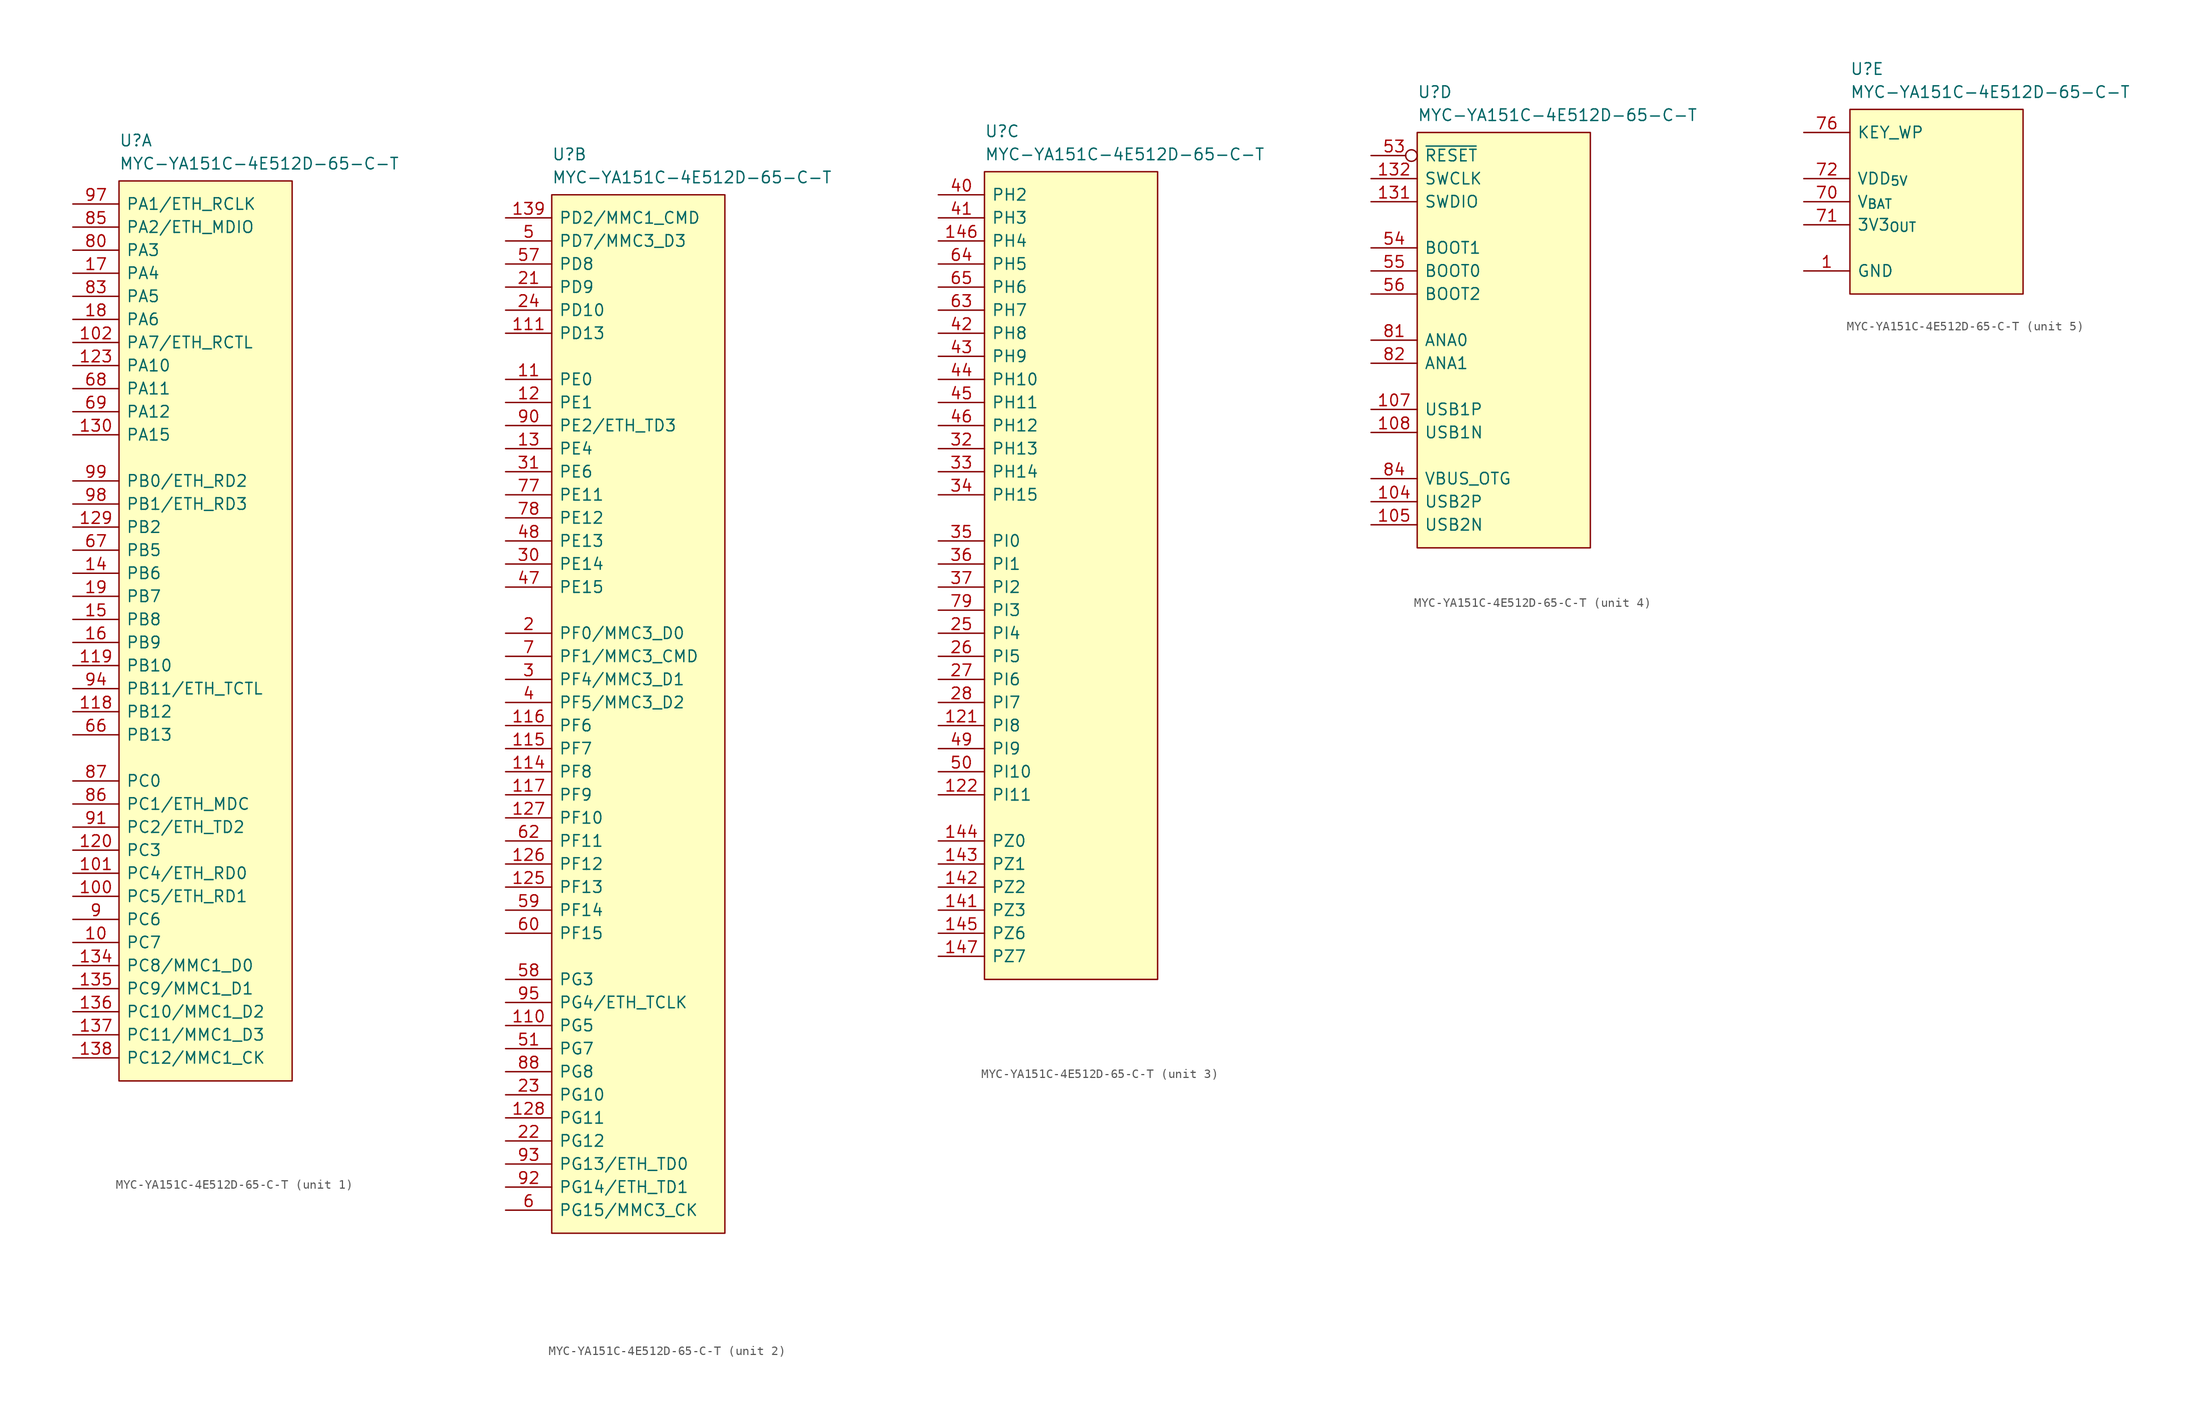
<source format=kicad_sym>
(kicad_symbol_lib
  (version 20220914)
  (generator kicad_symbol_editor)
  (symbol "MYC-YA151C-4E512D-65-C-T"
    (pin_names
      (offset 0.762))
    (property "Reference" "U"
      (at 0 4.445 0)
      (effects (font (size 1.27 1.27)) (justify left)))
    (property "Value" "MYC-YA151C-4E512D-65-C-T"
      (at 0 1.905 0)
      (effects (font (size 1.27 1.27)) (justify left)))
    (property "ki_locked" ""
      (at 0 0 0)
      (effects (font (size 1.27 1.27))))
    (symbol "MYC-YA151C-4E512D-65-C-T_1_1"
      (rectangle (start 0 0) (end 19.05 -99.06) (stroke (width 0) (type default)) (fill (type background)))
      (pin passive line (at -5.08 -83.82 0) (length 5.08) (name "PC7" (effects (font (size 1.27 1.27)))) (number "10" (effects (font (size 1.27 1.27)))))
      (pin passive line (at -5.08 -78.74 0) (length 5.08) (name "PC5/ETH_RD1" (effects (font (size 1.27 1.27)))) (number "100" (effects (font (size 1.27 1.27)))))
      (pin passive line (at -5.08 -76.2 0) (length 5.08) (name "PC4/ETH_RD0" (effects (font (size 1.27 1.27)))) (number "101" (effects (font (size 1.27 1.27)))))
      (pin passive line (at -5.08 -17.78 0) (length 5.08) (name "PA7/ETH_RCTL" (effects (font (size 1.27 1.27)))) (number "102" (effects (font (size 1.27 1.27)))))
      (pin passive line (at -5.08 -58.42 0) (length 5.08) (name "PB12" (effects (font (size 1.27 1.27)))) (number "118" (effects (font (size 1.27 1.27)))))
      (pin passive line (at -5.08 -53.34 0) (length 5.08) (name "PB10" (effects (font (size 1.27 1.27)))) (number "119" (effects (font (size 1.27 1.27)))))
      (pin passive line (at -5.08 -73.66 0) (length 5.08) (name "PC3" (effects (font (size 1.27 1.27)))) (number "120" (effects (font (size 1.27 1.27)))))
      (pin passive line (at -5.08 -20.32 0) (length 5.08) (name "PA10" (effects (font (size 1.27 1.27)))) (number "123" (effects (font (size 1.27 1.27)))))
      (pin passive line (at -5.08 -38.1 0) (length 5.08) (name "PB2" (effects (font (size 1.27 1.27)))) (number "129" (effects (font (size 1.27 1.27)))))
      (pin passive line (at -5.08 -27.94 0) (length 5.08) (name "PA15" (effects (font (size 1.27 1.27)))) (number "130" (effects (font (size 1.27 1.27)))))
      (pin passive line (at -5.08 -86.36 0) (length 5.08) (name "PC8/MMC1_D0" (effects (font (size 1.27 1.27)))) (number "134" (effects (font (size 1.27 1.27)))))
      (pin passive line (at -5.08 -88.9 0) (length 5.08) (name "PC9/MMC1_D1" (effects (font (size 1.27 1.27)))) (number "135" (effects (font (size 1.27 1.27)))))
      (pin passive line (at -5.08 -91.44 0) (length 5.08) (name "PC10/MMC1_D2" (effects (font (size 1.27 1.27)))) (number "136" (effects (font (size 1.27 1.27)))))
      (pin passive line (at -5.08 -93.98 0) (length 5.08) (name "PC11/MMC1_D3" (effects (font (size 1.27 1.27)))) (number "137" (effects (font (size 1.27 1.27)))))
      (pin passive line (at -5.08 -96.52 0) (length 5.08) (name "PC12/MMC1_CK" (effects (font (size 1.27 1.27)))) (number "138" (effects (font (size 1.27 1.27)))))
      (pin passive line (at -5.08 -43.18 0) (length 5.08) (name "PB6" (effects (font (size 1.27 1.27)))) (number "14" (effects (font (size 1.27 1.27)))))
      (pin passive line (at -5.08 -48.26 0) (length 5.08) (name "PB8" (effects (font (size 1.27 1.27)))) (number "15" (effects (font (size 1.27 1.27)))))
      (pin passive line (at -5.08 -50.8 0) (length 5.08) (name "PB9" (effects (font (size 1.27 1.27)))) (number "16" (effects (font (size 1.27 1.27)))))
      (pin passive line (at -5.08 -10.16 0) (length 5.08) (name "PA4" (effects (font (size 1.27 1.27)))) (number "17" (effects (font (size 1.27 1.27)))))
      (pin passive line (at -5.08 -15.24 0) (length 5.08) (name "PA6" (effects (font (size 1.27 1.27)))) (number "18" (effects (font (size 1.27 1.27)))))
      (pin passive line (at -5.08 -45.72 0) (length 5.08) (name "PB7" (effects (font (size 1.27 1.27)))) (number "19" (effects (font (size 1.27 1.27)))))
      (pin passive line (at -5.08 -60.96 0) (length 5.08) (name "PB13" (effects (font (size 1.27 1.27)))) (number "66" (effects (font (size 1.27 1.27)))))
      (pin passive line (at -5.08 -40.64 0) (length 5.08) (name "PB5" (effects (font (size 1.27 1.27)))) (number "67" (effects (font (size 1.27 1.27)))))
      (pin passive line (at -5.08 -22.86 0) (length 5.08) (name "PA11" (effects (font (size 1.27 1.27)))) (number "68" (effects (font (size 1.27 1.27)))))
      (pin passive line (at -5.08 -25.4 0) (length 5.08) (name "PA12" (effects (font (size 1.27 1.27)))) (number "69" (effects (font (size 1.27 1.27)))))
      (pin passive line (at -5.08 -7.62 0) (length 5.08) (name "PA3" (effects (font (size 1.27 1.27)))) (number "80" (effects (font (size 1.27 1.27)))))
      (pin passive line (at -5.08 -12.7 0) (length 5.08) (name "PA5" (effects (font (size 1.27 1.27)))) (number "83" (effects (font (size 1.27 1.27)))))
      (pin passive line (at -5.08 -5.08 0) (length 5.08) (name "PA2/ETH_MDIO" (effects (font (size 1.27 1.27)))) (number "85" (effects (font (size 1.27 1.27)))))
      (pin passive line (at -5.08 -68.58 0) (length 5.08) (name "PC1/ETH_MDC" (effects (font (size 1.27 1.27)))) (number "86" (effects (font (size 1.27 1.27)))))
      (pin passive line (at -5.08 -66.04 0) (length 5.08) (name "PC0" (effects (font (size 1.27 1.27)))) (number "87" (effects (font (size 1.27 1.27)))))
      (pin passive line (at -5.08 -81.28 0) (length 5.08) (name "PC6" (effects (font (size 1.27 1.27)))) (number "9" (effects (font (size 1.27 1.27)))))
      (pin passive line (at -5.08 -71.12 0) (length 5.08) (name "PC2/ETH_TD2" (effects (font (size 1.27 1.27)))) (number "91" (effects (font (size 1.27 1.27)))))
      (pin passive line (at -5.08 -55.88 0) (length 5.08) (name "PB11/ETH_TCTL" (effects (font (size 1.27 1.27)))) (number "94" (effects (font (size 1.27 1.27)))))
      (pin passive line (at -5.08 -2.54 0) (length 5.08) (name "PA1/ETH_RCLK" (effects (font (size 1.27 1.27)))) (number "97" (effects (font (size 1.27 1.27)))))
      (pin passive line (at -5.08 -35.56 0) (length 5.08) (name "PB1/ETH_RD3" (effects (font (size 1.27 1.27)))) (number "98" (effects (font (size 1.27 1.27)))))
      (pin passive line (at -5.08 -33.02 0) (length 5.08) (name "PB0/ETH_RD2" (effects (font (size 1.27 1.27)))) (number "99" (effects (font (size 1.27 1.27))))))
    (symbol "MYC-YA151C-4E512D-65-C-T_2_1"
      (rectangle (start 0 0) (end 19.05 -114.3) (stroke (width 0) (type default)) (fill (type background)))
      (pin passive line (at -5.08 -20.32 0) (length 5.08) (name "PE0" (effects (font (size 1.27 1.27)))) (number "11" (effects (font (size 1.27 1.27)))))
      (pin passive line (at -5.08 -91.44 0) (length 5.08) (name "PG5" (effects (font (size 1.27 1.27)))) (number "110" (effects (font (size 1.27 1.27)))))
      (pin passive line (at -5.08 -15.24 0) (length 5.08) (name "PD13" (effects (font (size 1.27 1.27)))) (number "111" (effects (font (size 1.27 1.27)))))
      (pin passive line (at -5.08 -63.5 0) (length 5.08) (name "PF8" (effects (font (size 1.27 1.27)))) (number "114" (effects (font (size 1.27 1.27)))))
      (pin passive line (at -5.08 -60.96 0) (length 5.08) (name "PF7" (effects (font (size 1.27 1.27)))) (number "115" (effects (font (size 1.27 1.27)))))
      (pin passive line (at -5.08 -58.42 0) (length 5.08) (name "PF6" (effects (font (size 1.27 1.27)))) (number "116" (effects (font (size 1.27 1.27)))))
      (pin passive line (at -5.08 -66.04 0) (length 5.08) (name "PF9" (effects (font (size 1.27 1.27)))) (number "117" (effects (font (size 1.27 1.27)))))
      (pin passive line (at -5.08 -22.86 0) (length 5.08) (name "PE1" (effects (font (size 1.27 1.27)))) (number "12" (effects (font (size 1.27 1.27)))))
      (pin passive line (at -5.08 -76.2 0) (length 5.08) (name "PF13" (effects (font (size 1.27 1.27)))) (number "125" (effects (font (size 1.27 1.27)))))
      (pin passive line (at -5.08 -73.66 0) (length 5.08) (name "PF12" (effects (font (size 1.27 1.27)))) (number "126" (effects (font (size 1.27 1.27)))))
      (pin passive line (at -5.08 -68.58 0) (length 5.08) (name "PF10" (effects (font (size 1.27 1.27)))) (number "127" (effects (font (size 1.27 1.27)))))
      (pin passive line (at -5.08 -101.6 0) (length 5.08) (name "PG11" (effects (font (size 1.27 1.27)))) (number "128" (effects (font (size 1.27 1.27)))))
      (pin passive line (at -5.08 -27.94 0) (length 5.08) (name "PE4" (effects (font (size 1.27 1.27)))) (number "13" (effects (font (size 1.27 1.27)))))
      (pin passive line (at -5.08 -2.54 0) (length 5.08) (name "PD2/MMC1_CMD" (effects (font (size 1.27 1.27)))) (number "139" (effects (font (size 1.27 1.27)))))
      (pin bidirectional line (at -5.08 -48.26 0) (length 5.08) (name "PF0/MMC3_D0" (effects (font (size 1.27 1.27)))) (number "2" (effects (font (size 1.27 1.27)))))
      (pin passive line (at -5.08 -10.16 0) (length 5.08) (name "PD9" (effects (font (size 1.27 1.27)))) (number "21" (effects (font (size 1.27 1.27)))))
      (pin passive line (at -5.08 -104.14 0) (length 5.08) (name "PG12" (effects (font (size 1.27 1.27)))) (number "22" (effects (font (size 1.27 1.27)))))
      (pin passive line (at -5.08 -99.06 0) (length 5.08) (name "PG10" (effects (font (size 1.27 1.27)))) (number "23" (effects (font (size 1.27 1.27)))))
      (pin passive line (at -5.08 -12.7 0) (length 5.08) (name "PD10" (effects (font (size 1.27 1.27)))) (number "24" (effects (font (size 1.27 1.27)))))
      (pin bidirectional line (at -5.08 -53.34 0) (length 5.08) (name "PF4/MMC3_D1" (effects (font (size 1.27 1.27)))) (number "3" (effects (font (size 1.27 1.27)))))
      (pin passive line (at -5.08 -40.64 0) (length 5.08) (name "PE14" (effects (font (size 1.27 1.27)))) (number "30" (effects (font (size 1.27 1.27)))))
      (pin passive line (at -5.08 -30.48 0) (length 5.08) (name "PE6" (effects (font (size 1.27 1.27)))) (number "31" (effects (font (size 1.27 1.27)))))
      (pin bidirectional line (at -5.08 -55.88 0) (length 5.08) (name "PF5/MMC3_D2" (effects (font (size 1.27 1.27)))) (number "4" (effects (font (size 1.27 1.27)))))
      (pin passive line (at -5.08 -43.18 0) (length 5.08) (name "PE15" (effects (font (size 1.27 1.27)))) (number "47" (effects (font (size 1.27 1.27)))))
      (pin passive line (at -5.08 -38.1 0) (length 5.08) (name "PE13" (effects (font (size 1.27 1.27)))) (number "48" (effects (font (size 1.27 1.27)))))
      (pin bidirectional line (at -5.08 -5.08 0) (length 5.08) (name "PD7/MMC3_D3" (effects (font (size 1.27 1.27)))) (number "5" (effects (font (size 1.27 1.27)))))
      (pin passive line (at -5.08 -93.98 0) (length 5.08) (name "PG7" (effects (font (size 1.27 1.27)))) (number "51" (effects (font (size 1.27 1.27)))))
      (pin passive line (at -5.08 -7.62 0) (length 5.08) (name "PD8" (effects (font (size 1.27 1.27)))) (number "57" (effects (font (size 1.27 1.27)))))
      (pin passive line (at -5.08 -86.36 0) (length 5.08) (name "PG3" (effects (font (size 1.27 1.27)))) (number "58" (effects (font (size 1.27 1.27)))))
      (pin passive line (at -5.08 -78.74 0) (length 5.08) (name "PF14" (effects (font (size 1.27 1.27)))) (number "59" (effects (font (size 1.27 1.27)))))
      (pin bidirectional line (at -5.08 -111.76 0) (length 5.08) (name "PG15/MMC3_CK" (effects (font (size 1.27 1.27)))) (number "6" (effects (font (size 1.27 1.27)))))
      (pin passive line (at -5.08 -81.28 0) (length 5.08) (name "PF15" (effects (font (size 1.27 1.27)))) (number "60" (effects (font (size 1.27 1.27)))))
      (pin passive line (at -5.08 -71.12 0) (length 5.08) (name "PF11" (effects (font (size 1.27 1.27)))) (number "62" (effects (font (size 1.27 1.27)))))
      (pin bidirectional line (at -5.08 -50.8 0) (length 5.08) (name "PF1/MMC3_CMD" (effects (font (size 1.27 1.27)))) (number "7" (effects (font (size 1.27 1.27)))))
      (pin passive line (at -5.08 -33.02 0) (length 5.08) (name "PE11" (effects (font (size 1.27 1.27)))) (number "77" (effects (font (size 1.27 1.27)))))
      (pin passive line (at -5.08 -35.56 0) (length 5.08) (name "PE12" (effects (font (size 1.27 1.27)))) (number "78" (effects (font (size 1.27 1.27)))))
      (pin passive line (at -5.08 -96.52 0) (length 5.08) (name "PG8" (effects (font (size 1.27 1.27)))) (number "88" (effects (font (size 1.27 1.27)))))
      (pin passive line (at -5.08 -25.4 0) (length 5.08) (name "PE2/ETH_TD3" (effects (font (size 1.27 1.27)))) (number "90" (effects (font (size 1.27 1.27)))))
      (pin passive line (at -5.08 -109.22 0) (length 5.08) (name "PG14/ETH_TD1" (effects (font (size 1.27 1.27)))) (number "92" (effects (font (size 1.27 1.27)))))
      (pin passive line (at -5.08 -106.68 0) (length 5.08) (name "PG13/ETH_TD0" (effects (font (size 1.27 1.27)))) (number "93" (effects (font (size 1.27 1.27)))))
      (pin passive line (at -5.08 -88.9 0) (length 5.08) (name "PG4/ETH_TCLK" (effects (font (size 1.27 1.27)))) (number "95" (effects (font (size 1.27 1.27))))))
    (symbol "MYC-YA151C-4E512D-65-C-T_3_1"
      (rectangle (start 0 0) (end 19.05 -88.9) (stroke (width 0) (type default)) (fill (type background)))
      (pin passive line (at -5.08 -60.96 0) (length 5.08) (name "PI8" (effects (font (size 1.27 1.27)))) (number "121" (effects (font (size 1.27 1.27)))))
      (pin passive line (at -5.08 -68.58 0) (length 5.08) (name "PI11" (effects (font (size 1.27 1.27)))) (number "122" (effects (font (size 1.27 1.27)))))
      (pin passive line (at -5.08 -81.28 0) (length 5.08) (name "PZ3" (effects (font (size 1.27 1.27)))) (number "141" (effects (font (size 1.27 1.27)))))
      (pin passive line (at -5.08 -78.74 0) (length 5.08) (name "PZ2" (effects (font (size 1.27 1.27)))) (number "142" (effects (font (size 1.27 1.27)))))
      (pin passive line (at -5.08 -76.2 0) (length 5.08) (name "PZ1" (effects (font (size 1.27 1.27)))) (number "143" (effects (font (size 1.27 1.27)))))
      (pin passive line (at -5.08 -73.66 0) (length 5.08) (name "PZ0" (effects (font (size 1.27 1.27)))) (number "144" (effects (font (size 1.27 1.27)))))
      (pin passive line (at -5.08 -83.82 0) (length 5.08) (name "PZ6" (effects (font (size 1.27 1.27)))) (number "145" (effects (font (size 1.27 1.27)))))
      (pin passive line (at -5.08 -7.62 0) (length 5.08) (name "PH4" (effects (font (size 1.27 1.27)))) (number "146" (effects (font (size 1.27 1.27)))))
      (pin passive line (at -5.08 -86.36 0) (length 5.08) (name "PZ7" (effects (font (size 1.27 1.27)))) (number "147" (effects (font (size 1.27 1.27)))))
      (pin passive line (at -5.08 -50.8 0) (length 5.08) (name "PI4" (effects (font (size 1.27 1.27)))) (number "25" (effects (font (size 1.27 1.27)))))
      (pin passive line (at -5.08 -53.34 0) (length 5.08) (name "PI5" (effects (font (size 1.27 1.27)))) (number "26" (effects (font (size 1.27 1.27)))))
      (pin passive line (at -5.08 -55.88 0) (length 5.08) (name "PI6" (effects (font (size 1.27 1.27)))) (number "27" (effects (font (size 1.27 1.27)))))
      (pin passive line (at -5.08 -58.42 0) (length 5.08) (name "PI7" (effects (font (size 1.27 1.27)))) (number "28" (effects (font (size 1.27 1.27)))))
      (pin passive line (at -5.08 -30.48 0) (length 5.08) (name "PH13" (effects (font (size 1.27 1.27)))) (number "32" (effects (font (size 1.27 1.27)))))
      (pin passive line (at -5.08 -33.02 0) (length 5.08) (name "PH14" (effects (font (size 1.27 1.27)))) (number "33" (effects (font (size 1.27 1.27)))))
      (pin passive line (at -5.08 -35.56 0) (length 5.08) (name "PH15" (effects (font (size 1.27 1.27)))) (number "34" (effects (font (size 1.27 1.27)))))
      (pin passive line (at -5.08 -40.64 0) (length 5.08) (name "PI0" (effects (font (size 1.27 1.27)))) (number "35" (effects (font (size 1.27 1.27)))))
      (pin passive line (at -5.08 -43.18 0) (length 5.08) (name "PI1" (effects (font (size 1.27 1.27)))) (number "36" (effects (font (size 1.27 1.27)))))
      (pin passive line (at -5.08 -45.72 0) (length 5.08) (name "PI2" (effects (font (size 1.27 1.27)))) (number "37" (effects (font (size 1.27 1.27)))))
      (pin passive line (at -5.08 -2.54 0) (length 5.08) (name "PH2" (effects (font (size 1.27 1.27)))) (number "40" (effects (font (size 1.27 1.27)))))
      (pin passive line (at -5.08 -5.08 0) (length 5.08) (name "PH3" (effects (font (size 1.27 1.27)))) (number "41" (effects (font (size 1.27 1.27)))))
      (pin passive line (at -5.08 -17.78 0) (length 5.08) (name "PH8" (effects (font (size 1.27 1.27)))) (number "42" (effects (font (size 1.27 1.27)))))
      (pin passive line (at -5.08 -20.32 0) (length 5.08) (name "PH9" (effects (font (size 1.27 1.27)))) (number "43" (effects (font (size 1.27 1.27)))))
      (pin passive line (at -5.08 -22.86 0) (length 5.08) (name "PH10" (effects (font (size 1.27 1.27)))) (number "44" (effects (font (size 1.27 1.27)))))
      (pin passive line (at -5.08 -25.4 0) (length 5.08) (name "PH11" (effects (font (size 1.27 1.27)))) (number "45" (effects (font (size 1.27 1.27)))))
      (pin passive line (at -5.08 -27.94 0) (length 5.08) (name "PH12" (effects (font (size 1.27 1.27)))) (number "46" (effects (font (size 1.27 1.27)))))
      (pin passive line (at -5.08 -63.5 0) (length 5.08) (name "PI9" (effects (font (size 1.27 1.27)))) (number "49" (effects (font (size 1.27 1.27)))))
      (pin passive line (at -5.08 -66.04 0) (length 5.08) (name "PI10" (effects (font (size 1.27 1.27)))) (number "50" (effects (font (size 1.27 1.27)))))
      (pin passive line (at -5.08 -15.24 0) (length 5.08) (name "PH7" (effects (font (size 1.27 1.27)))) (number "63" (effects (font (size 1.27 1.27)))))
      (pin passive line (at -5.08 -10.16 0) (length 5.08) (name "PH5" (effects (font (size 1.27 1.27)))) (number "64" (effects (font (size 1.27 1.27)))))
      (pin passive line (at -5.08 -12.7 0) (length 5.08) (name "PH6" (effects (font (size 1.27 1.27)))) (number "65" (effects (font (size 1.27 1.27)))))
      (pin passive line (at -5.08 -48.26 0) (length 5.08) (name "PI3" (effects (font (size 1.27 1.27)))) (number "79" (effects (font (size 1.27 1.27))))))
    (symbol "MYC-YA151C-4E512D-65-C-T_4_1"
      (rectangle (start 0 0) (end 19.05 -45.72) (stroke (width 0) (type default)) (fill (type background)))
      (pin passive line (at -5.08 -40.64 0) (length 5.08) (name "USB2P" (effects (font (size 1.27 1.27)))) (number "104" (effects (font (size 1.27 1.27)))))
      (pin passive line (at -5.08 -43.18 0) (length 5.08) (name "USB2N" (effects (font (size 1.27 1.27)))) (number "105" (effects (font (size 1.27 1.27)))))
      (pin passive line (at -5.08 -30.48 0) (length 5.08) (name "USB1P" (effects (font (size 1.27 1.27)))) (number "107" (effects (font (size 1.27 1.27)))))
      (pin passive line (at -5.08 -33.02 0) (length 5.08) (name "USB1N" (effects (font (size 1.27 1.27)))) (number "108" (effects (font (size 1.27 1.27)))))
      (pin bidirectional line (at -5.08 -7.62 0) (length 5.08) (name "SWDIO" (effects (font (size 1.27 1.27)))) (number "131" (effects (font (size 1.27 1.27)))))
      (pin bidirectional line (at -5.08 -5.08 0) (length 5.08) (name "SWCLK" (effects (font (size 1.27 1.27)))) (number "132" (effects (font (size 1.27 1.27)))))
      (pin input inverted (at -5.08 -2.54 0) (length 5.08) (name "~{RESET}" (effects (font (size 1.27 1.27)))) (number "53" (effects (font (size 1.27 1.27)))))
      (pin passive line (at -5.08 -12.7 0) (length 5.08) (name "BOOT1" (effects (font (size 1.27 1.27)))) (number "54" (effects (font (size 1.27 1.27)))))
      (pin passive line (at -5.08 -15.24 0) (length 5.08) (name "BOOT0" (effects (font (size 1.27 1.27)))) (number "55" (effects (font (size 1.27 1.27)))))
      (pin passive line (at -5.08 -17.78 0) (length 5.08) (name "BOOT2" (effects (font (size 1.27 1.27)))) (number "56" (effects (font (size 1.27 1.27)))))
      (pin passive line (at -5.08 -22.86 0) (length 5.08) (name "ANA0" (effects (font (size 1.27 1.27)))) (number "81" (effects (font (size 1.27 1.27)))))
      (pin passive line (at -5.08 -25.4 0) (length 5.08) (name "ANA1" (effects (font (size 1.27 1.27)))) (number "82" (effects (font (size 1.27 1.27)))))
      (pin passive line (at -5.08 -38.1 0) (length 5.08) (name "VBUS_OTG" (effects (font (size 1.27 1.27)))) (number "84" (effects (font (size 1.27 1.27))))))
    (symbol "MYC-YA151C-4E512D-65-C-T_5_0"
      (pin power_in line (at -5.08 -17.78 0) (length 5.08) (name "GND" (effects (font (size 1.27 1.27)))) (number "1" (effects (font (size 1.27 1.27)))))
      (pin power_in line (at -5.08 -17.78 0) (length 5.08) hide (name "GND" (effects (font (size 1.27 1.27)))) (number "106" (effects (font (size 1.27 1.27)))))
      (pin power_in line (at -5.08 -17.78 0) (length 5.08) hide (name "GND" (effects (font (size 1.27 1.27)))) (number "109" (effects (font (size 1.27 1.27)))))
      (pin power_in line (at -5.08 -17.78 0) (length 5.08) hide (name "GND" (effects (font (size 1.27 1.27)))) (number "112" (effects (font (size 1.27 1.27)))))
      (pin power_in line (at -5.08 -17.78 0) (length 5.08) hide (name "GND" (effects (font (size 1.27 1.27)))) (number "113" (effects (font (size 1.27 1.27)))))
      (pin power_in line (at -5.08 -17.78 0) (length 5.08) hide (name "GND" (effects (font (size 1.27 1.27)))) (number "124" (effects (font (size 1.27 1.27)))))
      (pin power_in line (at -5.08 -17.78 0) (length 5.08) hide (name "GND" (effects (font (size 1.27 1.27)))) (number "133" (effects (font (size 1.27 1.27)))))
      (pin power_in line (at -5.08 -17.78 0) (length 5.08) hide (name "GND" (effects (font (size 1.27 1.27)))) (number "140" (effects (font (size 1.27 1.27)))))
      (pin power_in line (at -5.08 -17.78 0) (length 5.08) hide (name "GND" (effects (font (size 1.27 1.27)))) (number "148" (effects (font (size 1.27 1.27)))))
      (pin power_in line (at -5.08 -17.78 0) (length 5.08) hide (name "GND" (effects (font (size 1.27 1.27)))) (number "20" (effects (font (size 1.27 1.27)))))
      (pin power_in line (at -5.08 -17.78 0) (length 5.08) hide (name "GND" (effects (font (size 1.27 1.27)))) (number "29" (effects (font (size 1.27 1.27)))))
      (pin power_in line (at -5.08 -17.78 0) (length 5.08) hide (name "GND" (effects (font (size 1.27 1.27)))) (number "38" (effects (font (size 1.27 1.27)))))
      (pin power_in line (at -5.08 -17.78 0) (length 5.08) hide (name "GND" (effects (font (size 1.27 1.27)))) (number "39" (effects (font (size 1.27 1.27)))))
      (pin power_in line (at -5.08 -17.78 0) (length 5.08) hide (name "GND" (effects (font (size 1.27 1.27)))) (number "52" (effects (font (size 1.27 1.27)))))
      (pin power_in line (at -5.08 -17.78 0) (length 5.08) hide (name "GND" (effects (font (size 1.27 1.27)))) (number "61" (effects (font (size 1.27 1.27)))))
      (pin power_in line (at -5.08 -17.78 0) (length 5.08) hide (name "GND" (effects (font (size 1.27 1.27)))) (number "74" (effects (font (size 1.27 1.27)))))
      (pin power_in line (at -5.08 -17.78 0) (length 5.08) hide (name "GND" (effects (font (size 1.27 1.27)))) (number "75" (effects (font (size 1.27 1.27)))))
      (pin power_in line (at -5.08 -17.78 0) (length 5.08) hide (name "GND" (effects (font (size 1.27 1.27)))) (number "8" (effects (font (size 1.27 1.27)))))
      (pin power_in line (at -5.08 -17.78 0) (length 5.08) hide (name "GND" (effects (font (size 1.27 1.27)))) (number "89" (effects (font (size 1.27 1.27)))))
      (pin power_in line (at -5.08 -17.78 0) (length 5.08) hide (name "GND" (effects (font (size 1.27 1.27)))) (number "96" (effects (font (size 1.27 1.27))))))
    (symbol "MYC-YA151C-4E512D-65-C-T_5_1"
      (rectangle (start 0 0) (end 19.05 -20.32) (stroke (width 0) (type default)) (fill (type background)))
      (pin power_in line (at -5.08 -17.78 0) (length 5.08) hide (name "GND" (effects (font (size 1.27 1.27)))) (number "103" (effects (font (size 1.27 1.27)))))
      (pin power_in line (at -5.08 -10.16 0) (length 5.08) (name "V_{BAT}" (effects (font (size 1.27 1.27)))) (number "70" (effects (font (size 1.27 1.27)))))
      (pin power_out line (at -5.08 -12.7 0) (length 5.08) (name "3V3_{OUT}" (effects (font (size 1.27 1.27)))) (number "71" (effects (font (size 1.27 1.27)))))
      (pin power_in line (at -5.08 -7.62 0) (length 5.08) (name "VDD_{5V}" (effects (font (size 1.27 1.27)))) (number "72" (effects (font (size 1.27 1.27)))))
      (pin power_in line (at -5.08 -7.62 0) (length 5.08) hide (name "VDD_{5V}" (effects (font (size 1.27 1.27)))) (number "73" (effects (font (size 1.27 1.27)))))
      (pin passive line (at -5.08 -2.54 0) (length 5.08) (name "KEY_WP" (effects (font (size 1.27 1.27)))) (number "76" (effects (font (size 1.27 1.27))))))))
</source>
